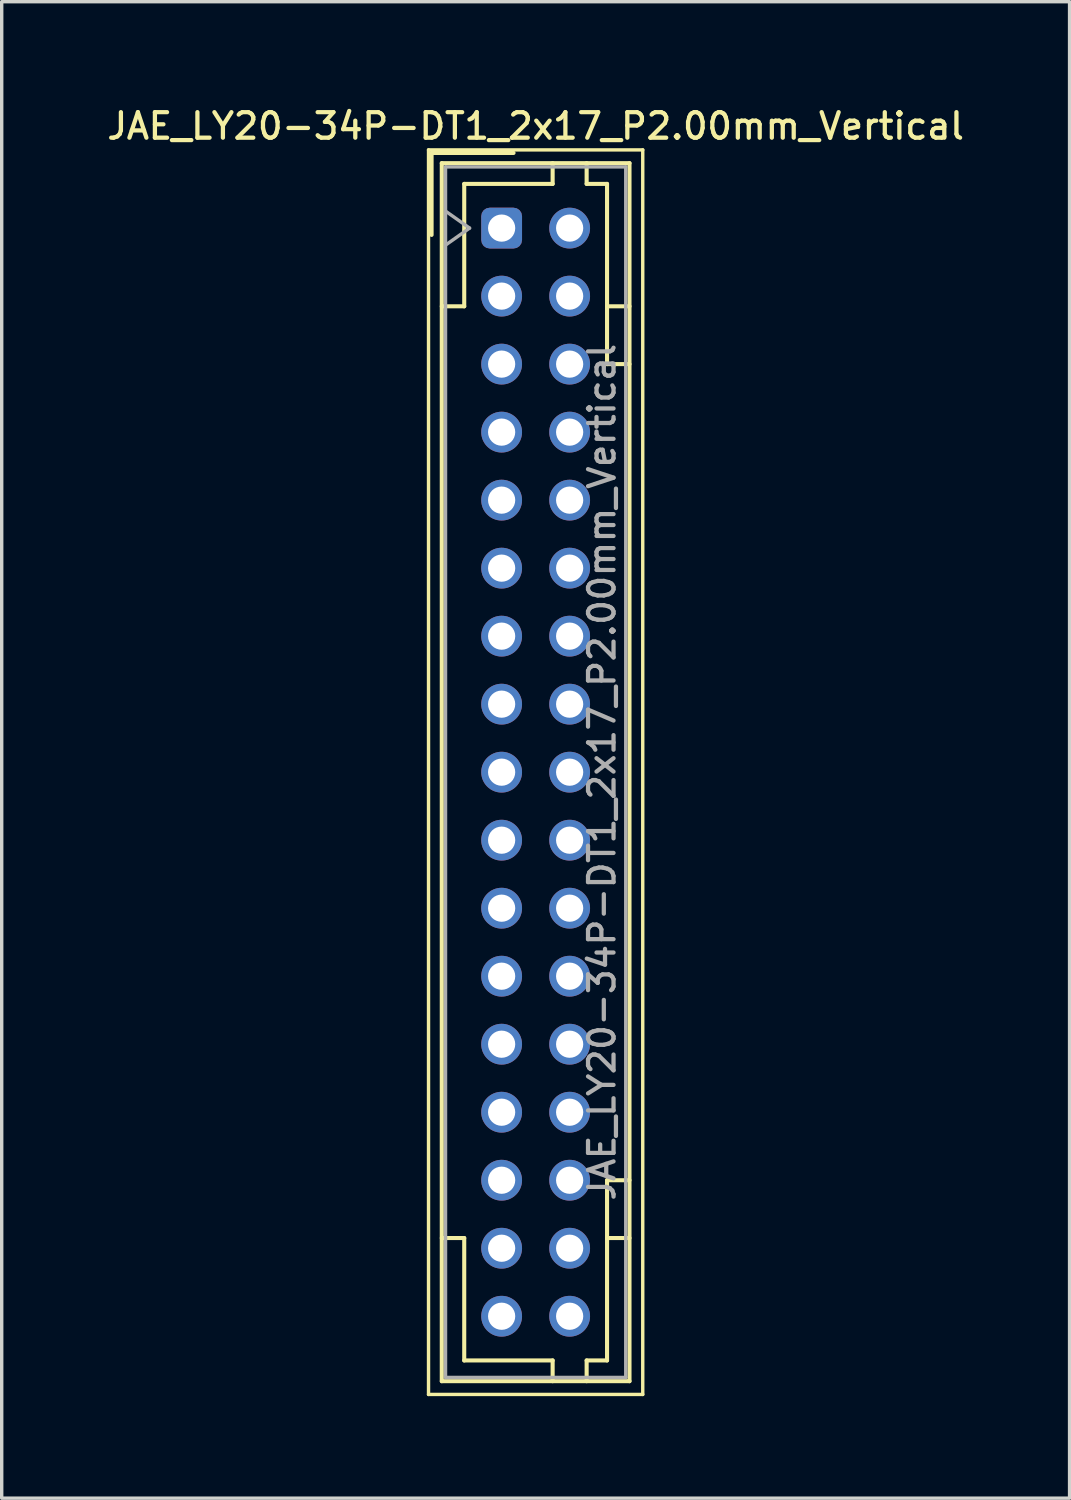
<source format=kicad_pcb>
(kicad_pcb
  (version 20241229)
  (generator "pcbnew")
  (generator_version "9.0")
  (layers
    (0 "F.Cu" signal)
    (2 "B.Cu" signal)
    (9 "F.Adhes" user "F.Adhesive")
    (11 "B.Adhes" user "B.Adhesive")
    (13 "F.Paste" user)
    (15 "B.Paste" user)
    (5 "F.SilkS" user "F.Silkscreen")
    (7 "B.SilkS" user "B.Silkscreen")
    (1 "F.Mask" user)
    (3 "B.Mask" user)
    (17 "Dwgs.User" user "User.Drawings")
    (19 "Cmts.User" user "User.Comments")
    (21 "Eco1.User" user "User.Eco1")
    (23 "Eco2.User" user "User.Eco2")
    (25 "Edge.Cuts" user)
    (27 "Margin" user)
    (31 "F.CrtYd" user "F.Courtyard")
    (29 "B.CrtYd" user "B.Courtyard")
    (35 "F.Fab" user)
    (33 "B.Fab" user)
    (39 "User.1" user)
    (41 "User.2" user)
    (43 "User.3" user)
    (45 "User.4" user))
  (footprint "JAE_LY20-34P-DT1_2x17_P2.00mm_Vertical"
    (layer "F.Cu")
    (at 11.702 3.658)
    (property "Reference" "JAE_LY20-34P-DT1_2x17_P2.00mm_Vertical" (at 1 -3 0) (layer "F.SilkS") (effects (font (size 0.75 0.75) (thickness 0.125))))
    (attr through_hole)
    (fp_line (start -2.15 -2.3) (end -2.15 34.3) (stroke (width 0.1) (type solid)) (layer "F.SilkS"))
    (fp_line (start -2.15 34.3) (end 4.15 34.3) (stroke (width 0.1) (type solid)) (layer "F.SilkS"))
    (fp_line (start -2.06 -2.21) (end -2.06 0.2) (stroke (width 0.12) (type solid)) (layer "F.SilkS"))
    (fp_line (start -1.76 -1.91) (end -1.76 33.91) (stroke (width 0.12) (type solid)) (layer "F.SilkS"))
    (fp_line (start -1.76 33.91) (end 3.76 33.91) (stroke (width 0.12) (type solid)) (layer "F.SilkS"))
    (fp_line (start -1.1 -1.3) (end -1.1 2.3) (stroke (width 0.12) (type solid)) (layer "F.SilkS"))
    (fp_line (start -1.1 2.3) (end -1.76 2.3) (stroke (width 0.12) (type solid)) (layer "F.SilkS"))
    (fp_line (start -1.1 29.7) (end -1.76 29.7) (stroke (width 0.12) (type solid)) (layer "F.SilkS"))
    (fp_line (start -1.1 33.3) (end -1.1 29.7) (stroke (width 0.12) (type solid)) (layer "F.SilkS"))
    (fp_line (start 0.35 -2.21) (end -2.06 -2.21) (stroke (width 0.12) (type solid)) (layer "F.SilkS"))
    (fp_line (start 1.5 -1.91) (end 1.5 -1.3) (stroke (width 0.12) (type solid)) (layer "F.SilkS"))
    (fp_line (start 1.5 -1.3) (end -1.1 -1.3) (stroke (width 0.12) (type solid)) (layer "F.SilkS"))
    (fp_line (start 1.5 33.3) (end -1.1 33.3) (stroke (width 0.12) (type solid)) (layer "F.SilkS"))
    (fp_line (start 1.5 33.91) (end 1.5 33.3) (stroke (width 0.12) (type solid)) (layer "F.SilkS"))
    (fp_line (start 2.5 -1.91) (end 2.5 -1.3) (stroke (width 0.12) (type solid)) (layer "F.SilkS"))
    (fp_line (start 2.5 -1.3) (end 3.1 -1.3) (stroke (width 0.12) (type solid)) (layer "F.SilkS"))
    (fp_line (start 2.5 33.3) (end 3.1 33.3) (stroke (width 0.12) (type solid)) (layer "F.SilkS"))
    (fp_line (start 2.5 33.91) (end 2.5 33.3) (stroke (width 0.12) (type solid)) (layer "F.SilkS"))
    (fp_line (start 3.1 -1.3) (end 3.1 4) (stroke (width 0.12) (type solid)) (layer "F.SilkS"))
    (fp_line (start 3.1 4) (end 3.76 4) (stroke (width 0.12) (type solid)) (layer "F.SilkS"))
    (fp_line (start 3.1 28) (end 3.76 28) (stroke (width 0.12) (type solid)) (layer "F.SilkS"))
    (fp_line (start 3.1 33.3) (end 3.1 28) (stroke (width 0.12) (type solid)) (layer "F.SilkS"))
    (fp_line (start 3.76 -1.91) (end -1.76 -1.91) (stroke (width 0.12) (type solid)) (layer "F.SilkS"))
    (fp_line (start 3.76 2.3) (end 3.1 2.3) (stroke (width 0.12) (type solid)) (layer "F.SilkS"))
    (fp_line (start 3.76 29.7) (end 3.1 29.7) (stroke (width 0.12) (type solid)) (layer "F.SilkS"))
    (fp_line (start 3.76 33.91) (end 3.76 -1.91) (stroke (width 0.12) (type solid)) (layer "F.SilkS"))
    (fp_line (start 4.15 -2.3) (end -2.15 -2.3) (stroke (width 0.1) (type solid)) (layer "F.SilkS"))
    (fp_line (start 4.15 34.3) (end 4.15 -2.3) (stroke (width 0.1) (type solid)) (layer "F.SilkS"))
    (fp_line (start -1.65 -1.8) (end -1.65 33.8) (stroke (width 0.1) (type solid)) (layer "F.Fab"))
    (fp_line (start -1.65 0.5) (end -0.943 0) (stroke (width 0.1) (type solid)) (layer "F.Fab"))
    (fp_line (start -1.65 33.8) (end 3.65 33.8) (stroke (width 0.1) (type solid)) (layer "F.Fab"))
    (fp_line (start -0.943 0) (end -1.65 -0.5) (stroke (width 0.1) (type solid)) (layer "F.Fab"))
    (fp_line (start 3.65 -1.8) (end -1.65 -1.8) (stroke (width 0.1) (type solid)) (layer "F.Fab"))
    (fp_line (start 3.65 33.8) (end 3.65 -1.8) (stroke (width 0.1) (type solid)) (layer "F.Fab"))
    (fp_text user "${REFERENCE}" (at 2.95 16 90) (layer "F.Fab") (effects (font (size 0.75 0.75) (thickness 0.125))))
    (pad "a1" thru_hole roundrect (at 0 0) (size 1.2 1.2) (drill 0.8) (layers "*.Cu" "*.Mask") (roundrect_rratio 0.208))
    (pad "a2" thru_hole circle (at 0 2) (size 1.2 1.2) (drill 0.8) (layers "*.Cu" "*.Mask"))
    (pad "a3" thru_hole circle (at 0 4) (size 1.2 1.2) (drill 0.8) (layers "*.Cu" "*.Mask"))
    (pad "a4" thru_hole circle (at 0 6) (size 1.2 1.2) (drill 0.8) (layers "*.Cu" "*.Mask"))
    (pad "a5" thru_hole circle (at 0 8) (size 1.2 1.2) (drill 0.8) (layers "*.Cu" "*.Mask"))
    (pad "a6" thru_hole circle (at 0 10) (size 1.2 1.2) (drill 0.8) (layers "*.Cu" "*.Mask"))
    (pad "a7" thru_hole circle (at 0 12) (size 1.2 1.2) (drill 0.8) (layers "*.Cu" "*.Mask"))
    (pad "a8" thru_hole circle (at 0 14) (size 1.2 1.2) (drill 0.8) (layers "*.Cu" "*.Mask"))
    (pad "a9" thru_hole circle (at 0 16) (size 1.2 1.2) (drill 0.8) (layers "*.Cu" "*.Mask"))
    (pad "a10" thru_hole circle (at 0 18) (size 1.2 1.2) (drill 0.8) (layers "*.Cu" "*.Mask"))
    (pad "a11" thru_hole circle (at 0 20) (size 1.2 1.2) (drill 0.8) (layers "*.Cu" "*.Mask"))
    (pad "a12" thru_hole circle (at 0 22) (size 1.2 1.2) (drill 0.8) (layers "*.Cu" "*.Mask"))
    (pad "a13" thru_hole circle (at 0 24) (size 1.2 1.2) (drill 0.8) (layers "*.Cu" "*.Mask"))
    (pad "a14" thru_hole circle (at 0 26) (size 1.2 1.2) (drill 0.8) (layers "*.Cu" "*.Mask"))
    (pad "a15" thru_hole circle (at 0 28) (size 1.2 1.2) (drill 0.8) (layers "*.Cu" "*.Mask"))
    (pad "a16" thru_hole circle (at 0 30) (size 1.2 1.2) (drill 0.8) (layers "*.Cu" "*.Mask"))
    (pad "a17" thru_hole circle (at 0 32) (size 1.2 1.2) (drill 0.8) (layers "*.Cu" "*.Mask"))
    (pad "b1" thru_hole circle (at 2 0) (size 1.2 1.2) (drill 0.8) (layers "*.Cu" "*.Mask"))
    (pad "b2" thru_hole circle (at 2 2) (size 1.2 1.2) (drill 0.8) (layers "*.Cu" "*.Mask"))
    (pad "b3" thru_hole circle (at 2 4) (size 1.2 1.2) (drill 0.8) (layers "*.Cu" "*.Mask"))
    (pad "b4" thru_hole circle (at 2 6) (size 1.2 1.2) (drill 0.8) (layers "*.Cu" "*.Mask"))
    (pad "b5" thru_hole circle (at 2 8) (size 1.2 1.2) (drill 0.8) (layers "*.Cu" "*.Mask"))
    (pad "b6" thru_hole circle (at 2 10) (size 1.2 1.2) (drill 0.8) (layers "*.Cu" "*.Mask"))
    (pad "b7" thru_hole circle (at 2 12) (size 1.2 1.2) (drill 0.8) (layers "*.Cu" "*.Mask"))
    (pad "b8" thru_hole circle (at 2 14) (size 1.2 1.2) (drill 0.8) (layers "*.Cu" "*.Mask"))
    (pad "b9" thru_hole circle (at 2 16) (size 1.2 1.2) (drill 0.8) (layers "*.Cu" "*.Mask"))
    (pad "b10" thru_hole circle (at 2 18) (size 1.2 1.2) (drill 0.8) (layers "*.Cu" "*.Mask"))
    (pad "b11" thru_hole circle (at 2 20) (size 1.2 1.2) (drill 0.8) (layers "*.Cu" "*.Mask"))
    (pad "b12" thru_hole circle (at 2 22) (size 1.2 1.2) (drill 0.8) (layers "*.Cu" "*.Mask"))
    (pad "b13" thru_hole circle (at 2 24) (size 1.2 1.2) (drill 0.8) (layers "*.Cu" "*.Mask"))
    (pad "b14" thru_hole circle (at 2 26) (size 1.2 1.2) (drill 0.8) (layers "*.Cu" "*.Mask"))
    (pad "b15" thru_hole circle (at 2 28) (size 1.2 1.2) (drill 0.8) (layers "*.Cu" "*.Mask"))
    (pad "b16" thru_hole circle (at 2 30) (size 1.2 1.2) (drill 0.8) (layers "*.Cu" "*.Mask"))
    (pad "b17" thru_hole circle (at 2 32) (size 1.2 1.2) (drill 0.8) (layers "*.Cu" "*.Mask")))
  (gr_rect
    (start -3 -3)
    (end 28.404 41.008)
    (stroke (width 0.1) (type default))
    (fill no)
    (layer "Edge.Cuts")))
</source>
